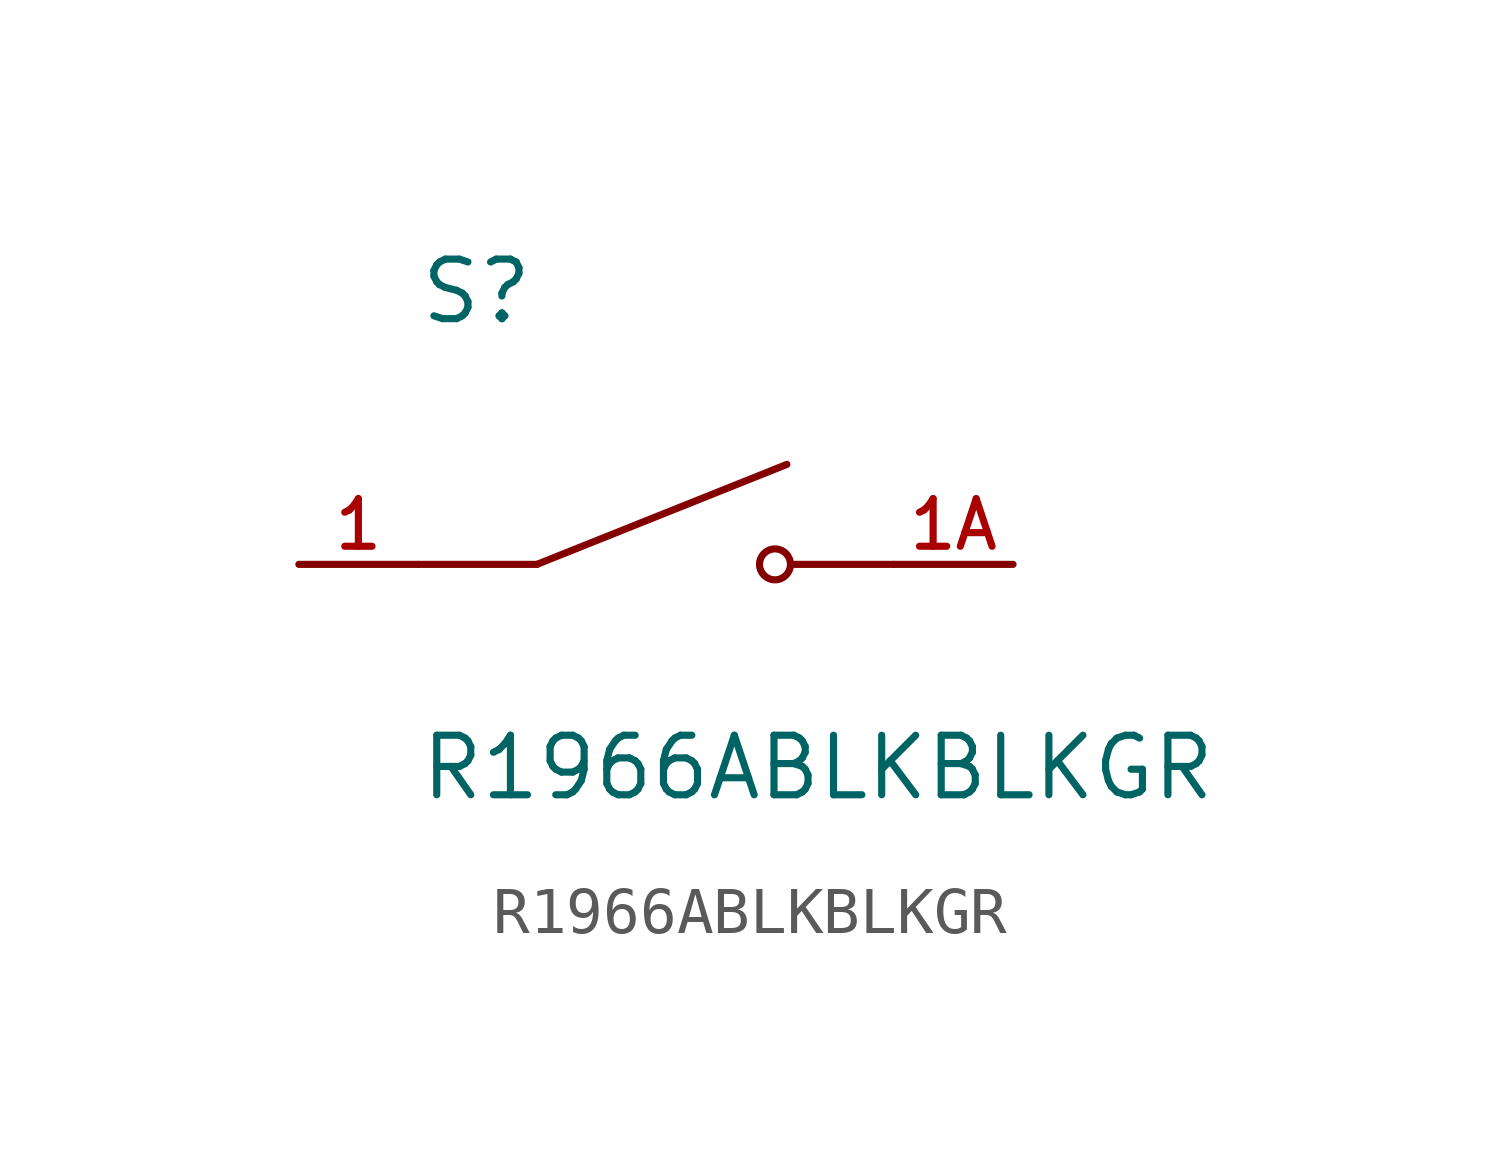
<source format=kicad_sym>
(kicad_symbol_lib
  (version 20211014)
  (generator kicad_symbol_editor)
  (symbol "R1966ABLKBLKGR"
    (pin_names
      (offset 1.016))
    (property "Reference" "S"
      (at -5.08 5.08 0)
      (effects (font (size 1.27 1.27)) (justify bottom left)))
    (property "Value" "R1966ABLKBLKGR"
      (at -5.08 -5.08 0)
      (effects (font (size 1.27 1.27)) (justify bottom left)))
    (symbol "R1966ABLKBLKGR_0_0"
      (polyline (pts (xy -2.54 0.0) (xy 2.794 2.134)) (stroke (width 0.152)))
      (circle (center 2.54 0.0) (radius 0.33) (stroke (width 0.152)) (fill (type none)))
      (polyline (pts (xy 5.08 0.0) (xy 2.921 0.0)) (stroke (width 0.152)))
      (polyline (pts (xy -2.54 0.0) (xy -5.08 0.0)) (stroke (width 0.152)))
      (pin passive line (at -7.62 0.0 0) (length 2.54) (name "~" (effects (font (size 1.016 1.016)))) (number "1" (effects (font (size 1.016 1.016)))))
      (pin passive line (at 7.62 0.0 180.0) (length 2.54) (name "~" (effects (font (size 1.016 1.016)))) (number "1A" (effects (font (size 1.016 1.016))))))))
</source>
